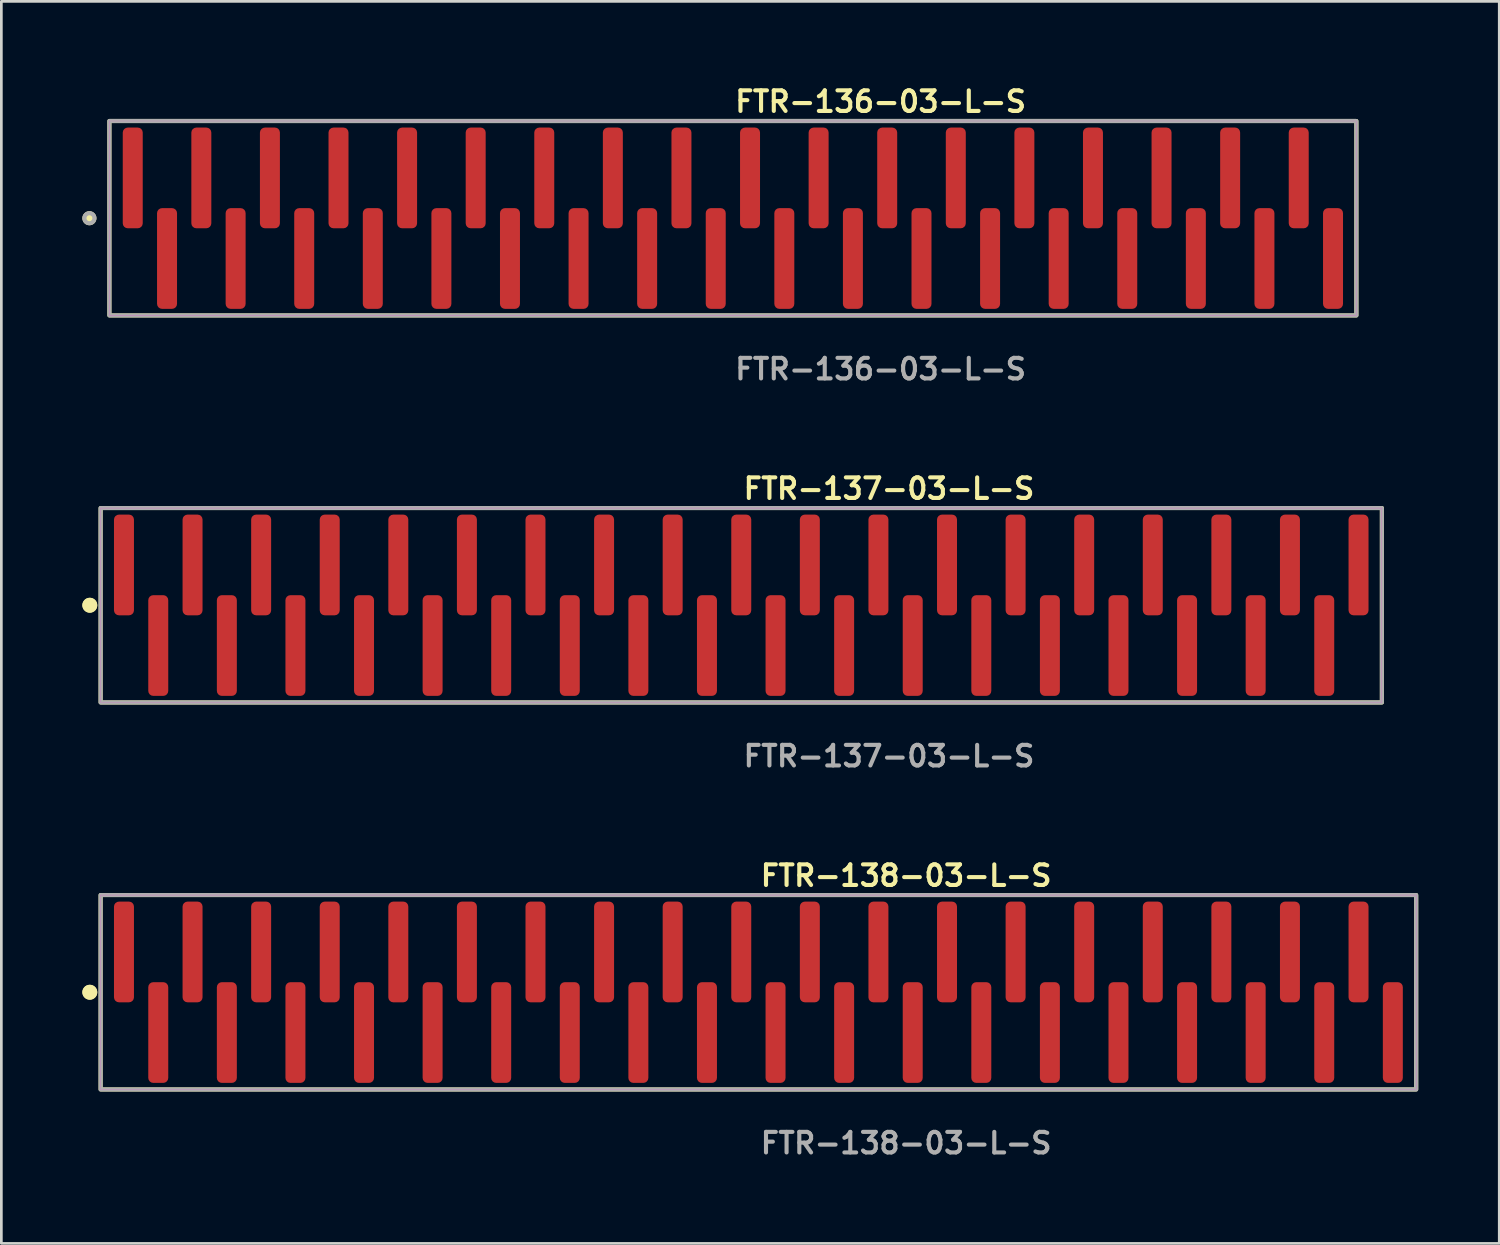
<source format=kicad_pcb>
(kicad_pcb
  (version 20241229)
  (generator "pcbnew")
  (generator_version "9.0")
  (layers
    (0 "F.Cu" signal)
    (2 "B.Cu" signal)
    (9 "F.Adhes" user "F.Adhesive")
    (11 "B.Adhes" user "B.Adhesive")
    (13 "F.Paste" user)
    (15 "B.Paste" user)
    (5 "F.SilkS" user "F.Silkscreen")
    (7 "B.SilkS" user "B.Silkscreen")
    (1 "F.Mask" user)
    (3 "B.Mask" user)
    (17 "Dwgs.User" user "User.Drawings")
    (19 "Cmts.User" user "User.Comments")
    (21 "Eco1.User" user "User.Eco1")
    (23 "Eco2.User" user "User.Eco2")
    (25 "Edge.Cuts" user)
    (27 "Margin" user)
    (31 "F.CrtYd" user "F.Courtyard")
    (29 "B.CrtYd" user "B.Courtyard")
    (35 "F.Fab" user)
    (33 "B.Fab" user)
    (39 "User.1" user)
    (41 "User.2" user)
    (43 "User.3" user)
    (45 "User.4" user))
  (footprint "FTR-138-03-L-S"
    (layer "F.Cu")
    (at 25.036 33.696)
    (property "Reference" "FTR-138-03-L-S" (at 0 -4.318 0) (unlocked yes) (layer "F.SilkS") (effects (font (size 0.762 0.762) (thickness 0.152)) (justify left)))
    (fp_rect (start -24.36 3.6) (end 24.36 -3.6) (stroke (width 0.152) (type solid)) (fill no) (layer "F.SilkS"))
    (fp_circle (center -24.76 0) (end -24.96 0) (stroke (width 0.152) (type solid)) (fill yes) (layer "F.SilkS"))
    (fp_circle (center -24.76 0) (end -24.96 0) (stroke (width 0.152) (type solid)) (fill yes) (layer "F.SilkS"))
    (fp_rect (start -24.36 3.6) (end 24.36 -3.6) (stroke (width 0.006) (type solid)) (fill no) (layer "F.CrtYd"))
    (fp_rect (start -24.36 3.6) (end 24.36 -3.6) (stroke (width 0.152) (type solid)) (fill no) (layer "F.Fab"))
    (fp_text user "${REFERENCE}" (at 0 5.588 0) (unlocked yes) (layer "F.Fab") (effects (font (size 0.762 0.762) (thickness 0.152)) (justify left)))
    (pad "1" smd roundrect (at -23.495 -1.492) (size 0.74 3.73) (layers "F.Cu" "F.Paste") (roundrect_rratio 0.25))
    (pad "2" smd roundrect (at -22.225 1.492) (size 0.74 3.73) (layers "F.Cu" "F.Paste") (roundrect_rratio 0.25))
    (pad "3" smd roundrect (at -20.955 -1.492) (size 0.74 3.73) (layers "F.Cu" "F.Paste") (roundrect_rratio 0.25))
    (pad "4" smd roundrect (at -19.685 1.492) (size 0.74 3.73) (layers "F.Cu" "F.Paste") (roundrect_rratio 0.25))
    (pad "5" smd roundrect (at -18.415 -1.492) (size 0.74 3.73) (layers "F.Cu" "F.Paste") (roundrect_rratio 0.25))
    (pad "6" smd roundrect (at -17.145 1.492) (size 0.74 3.73) (layers "F.Cu" "F.Paste") (roundrect_rratio 0.25))
    (pad "7" smd roundrect (at -15.875 -1.492) (size 0.74 3.73) (layers "F.Cu" "F.Paste") (roundrect_rratio 0.25))
    (pad "8" smd roundrect (at -14.605 1.492) (size 0.74 3.73) (layers "F.Cu" "F.Paste") (roundrect_rratio 0.25))
    (pad "9" smd roundrect (at -13.335 -1.492) (size 0.74 3.73) (layers "F.Cu" "F.Paste") (roundrect_rratio 0.25))
    (pad "10" smd roundrect (at -12.065 1.492) (size 0.74 3.73) (layers "F.Cu" "F.Paste") (roundrect_rratio 0.25))
    (pad "11" smd roundrect (at -10.795 -1.492) (size 0.74 3.73) (layers "F.Cu" "F.Paste") (roundrect_rratio 0.25))
    (pad "12" smd roundrect (at -9.525 1.492) (size 0.74 3.73) (layers "F.Cu" "F.Paste") (roundrect_rratio 0.25))
    (pad "13" smd roundrect (at -8.255 -1.492) (size 0.74 3.73) (layers "F.Cu" "F.Paste") (roundrect_rratio 0.25))
    (pad "14" smd roundrect (at -6.985 1.492) (size 0.74 3.73) (layers "F.Cu" "F.Paste") (roundrect_rratio 0.25))
    (pad "15" smd roundrect (at -5.715 -1.492) (size 0.74 3.73) (layers "F.Cu" "F.Paste") (roundrect_rratio 0.25))
    (pad "16" smd roundrect (at -4.445 1.492) (size 0.74 3.73) (layers "F.Cu" "F.Paste") (roundrect_rratio 0.25))
    (pad "17" smd roundrect (at -3.175 -1.492) (size 0.74 3.73) (layers "F.Cu" "F.Paste") (roundrect_rratio 0.25))
    (pad "18" smd roundrect (at -1.905 1.492) (size 0.74 3.73) (layers "F.Cu" "F.Paste") (roundrect_rratio 0.25))
    (pad "19" smd roundrect (at -0.635 -1.492) (size 0.74 3.73) (layers "F.Cu" "F.Paste") (roundrect_rratio 0.25))
    (pad "20" smd roundrect (at 0.635 1.492) (size 0.74 3.73) (layers "F.Cu" "F.Paste") (roundrect_rratio 0.25))
    (pad "21" smd roundrect (at 1.905 -1.492) (size 0.74 3.73) (layers "F.Cu" "F.Paste") (roundrect_rratio 0.25))
    (pad "22" smd roundrect (at 3.175 1.492) (size 0.74 3.73) (layers "F.Cu" "F.Paste") (roundrect_rratio 0.25))
    (pad "23" smd roundrect (at 4.445 -1.492) (size 0.74 3.73) (layers "F.Cu" "F.Paste") (roundrect_rratio 0.25))
    (pad "24" smd roundrect (at 5.715 1.492) (size 0.74 3.73) (layers "F.Cu" "F.Paste") (roundrect_rratio 0.25))
    (pad "25" smd roundrect (at 6.985 -1.492) (size 0.74 3.73) (layers "F.Cu" "F.Paste") (roundrect_rratio 0.25))
    (pad "26" smd roundrect (at 8.255 1.492) (size 0.74 3.73) (layers "F.Cu" "F.Paste") (roundrect_rratio 0.25))
    (pad "27" smd roundrect (at 9.525 -1.492) (size 0.74 3.73) (layers "F.Cu" "F.Paste") (roundrect_rratio 0.25))
    (pad "28" smd roundrect (at 10.795 1.492) (size 0.74 3.73) (layers "F.Cu" "F.Paste") (roundrect_rratio 0.25))
    (pad "29" smd roundrect (at 12.065 -1.492) (size 0.74 3.73) (layers "F.Cu" "F.Paste") (roundrect_rratio 0.25))
    (pad "30" smd roundrect (at 13.335 1.492) (size 0.74 3.73) (layers "F.Cu" "F.Paste") (roundrect_rratio 0.25))
    (pad "31" smd roundrect (at 14.605 -1.492) (size 0.74 3.73) (layers "F.Cu" "F.Paste") (roundrect_rratio 0.25))
    (pad "32" smd roundrect (at 15.875 1.492) (size 0.74 3.73) (layers "F.Cu" "F.Paste") (roundrect_rratio 0.25))
    (pad "33" smd roundrect (at 17.145 -1.492) (size 0.74 3.73) (layers "F.Cu" "F.Paste") (roundrect_rratio 0.25))
    (pad "34" smd roundrect (at 18.415 1.492) (size 0.74 3.73) (layers "F.Cu" "F.Paste") (roundrect_rratio 0.25))
    (pad "35" smd roundrect (at 19.685 -1.492) (size 0.74 3.73) (layers "F.Cu" "F.Paste") (roundrect_rratio 0.25))
    (pad "36" smd roundrect (at 20.955 1.492) (size 0.74 3.73) (layers "F.Cu" "F.Paste") (roundrect_rratio 0.25))
    (pad "37" smd roundrect (at 22.225 -1.492) (size 0.74 3.73) (layers "F.Cu" "F.Paste") (roundrect_rratio 0.25))
    (pad "38" smd roundrect (at 23.495 1.492) (size 0.74 3.73) (layers "F.Cu" "F.Paste") (roundrect_rratio 0.25)))
  (footprint "FTR-136-03-L-S"
    (layer "F.Cu")
    (at 24.091 5.031)
    (property "Reference" "FTR-136-03-L-S" (at 0 -4.318 0) (unlocked yes) (layer "F.SilkS") (effects (font (size 0.762 0.762) (thickness 0.152)) (justify left)))
    (fp_rect (start -23.09 3.6) (end 23.09 -3.6) (stroke (width 0.152) (type solid)) (fill no) (layer "F.SilkS"))
    (fp_circle (center -23.83 0) (end -24.015 0) (stroke (width 0.152) (type solid)) (fill yes) (layer "F.SilkS"))
    (fp_rect (start -23.09 3.6) (end 23.09 -3.6) (stroke (width 0.006) (type solid)) (fill no) (layer "F.CrtYd"))
    (fp_rect (start -23.09 3.6) (end 23.09 -3.6) (stroke (width 0.152) (type solid)) (fill no) (layer "F.Fab"))
    (fp_circle (center -23.83 0) (end -24.015 0) (stroke (width 0.152) (type solid)) (fill no) (layer "F.Fab"))
    (fp_text user "${REFERENCE}" (at 0 5.588 0) (unlocked yes) (layer "F.Fab") (effects (font (size 0.762 0.762) (thickness 0.152)) (justify left)))
    (pad "1" smd roundrect (at -22.225 -1.492) (size 0.74 3.73) (layers "F.Cu" "F.Paste") (roundrect_rratio 0.25))
    (pad "2" smd roundrect (at -20.955 1.492) (size 0.74 3.73) (layers "F.Cu" "F.Paste") (roundrect_rratio 0.25))
    (pad "3" smd roundrect (at -19.685 -1.492) (size 0.74 3.73) (layers "F.Cu" "F.Paste") (roundrect_rratio 0.25))
    (pad "4" smd roundrect (at -18.415 1.492) (size 0.74 3.73) (layers "F.Cu" "F.Paste") (roundrect_rratio 0.25))
    (pad "5" smd roundrect (at -17.145 -1.492) (size 0.74 3.73) (layers "F.Cu" "F.Paste") (roundrect_rratio 0.25))
    (pad "6" smd roundrect (at -15.875 1.492) (size 0.74 3.73) (layers "F.Cu" "F.Paste") (roundrect_rratio 0.25))
    (pad "7" smd roundrect (at -14.605 -1.492) (size 0.74 3.73) (layers "F.Cu" "F.Paste") (roundrect_rratio 0.25))
    (pad "8" smd roundrect (at -13.335 1.492) (size 0.74 3.73) (layers "F.Cu" "F.Paste") (roundrect_rratio 0.25))
    (pad "9" smd roundrect (at -12.065 -1.492) (size 0.74 3.73) (layers "F.Cu" "F.Paste") (roundrect_rratio 0.25))
    (pad "10" smd roundrect (at -10.795 1.492) (size 0.74 3.73) (layers "F.Cu" "F.Paste") (roundrect_rratio 0.25))
    (pad "11" smd roundrect (at -9.525 -1.492) (size 0.74 3.73) (layers "F.Cu" "F.Paste") (roundrect_rratio 0.25))
    (pad "12" smd roundrect (at -8.255 1.492) (size 0.74 3.73) (layers "F.Cu" "F.Paste") (roundrect_rratio 0.25))
    (pad "13" smd roundrect (at -6.985 -1.492) (size 0.74 3.73) (layers "F.Cu" "F.Paste") (roundrect_rratio 0.25))
    (pad "14" smd roundrect (at -5.715 1.492) (size 0.74 3.73) (layers "F.Cu" "F.Paste") (roundrect_rratio 0.25))
    (pad "15" smd roundrect (at -4.445 -1.492) (size 0.74 3.73) (layers "F.Cu" "F.Paste") (roundrect_rratio 0.25))
    (pad "16" smd roundrect (at -3.175 1.492) (size 0.74 3.73) (layers "F.Cu" "F.Paste") (roundrect_rratio 0.25))
    (pad "17" smd roundrect (at -1.905 -1.492) (size 0.74 3.73) (layers "F.Cu" "F.Paste") (roundrect_rratio 0.25))
    (pad "18" smd roundrect (at -0.635 1.492) (size 0.74 3.73) (layers "F.Cu" "F.Paste") (roundrect_rratio 0.25))
    (pad "19" smd roundrect (at 0.635 -1.492) (size 0.74 3.73) (layers "F.Cu" "F.Paste") (roundrect_rratio 0.25))
    (pad "20" smd roundrect (at 1.905 1.492) (size 0.74 3.73) (layers "F.Cu" "F.Paste") (roundrect_rratio 0.25))
    (pad "21" smd roundrect (at 3.175 -1.492) (size 0.74 3.73) (layers "F.Cu" "F.Paste") (roundrect_rratio 0.25))
    (pad "22" smd roundrect (at 4.445 1.492) (size 0.74 3.73) (layers "F.Cu" "F.Paste") (roundrect_rratio 0.25))
    (pad "23" smd roundrect (at 5.715 -1.492) (size 0.74 3.73) (layers "F.Cu" "F.Paste") (roundrect_rratio 0.25))
    (pad "24" smd roundrect (at 6.985 1.492) (size 0.74 3.73) (layers "F.Cu" "F.Paste") (roundrect_rratio 0.25))
    (pad "25" smd roundrect (at 8.255 -1.492) (size 0.74 3.73) (layers "F.Cu" "F.Paste") (roundrect_rratio 0.25))
    (pad "26" smd roundrect (at 9.525 1.492) (size 0.74 3.73) (layers "F.Cu" "F.Paste") (roundrect_rratio 0.25))
    (pad "27" smd roundrect (at 10.795 -1.492) (size 0.74 3.73) (layers "F.Cu" "F.Paste") (roundrect_rratio 0.25))
    (pad "28" smd roundrect (at 12.065 1.492) (size 0.74 3.73) (layers "F.Cu" "F.Paste") (roundrect_rratio 0.25))
    (pad "29" smd roundrect (at 13.335 -1.492) (size 0.74 3.73) (layers "F.Cu" "F.Paste") (roundrect_rratio 0.25))
    (pad "30" smd roundrect (at 14.605 1.492) (size 0.74 3.73) (layers "F.Cu" "F.Paste") (roundrect_rratio 0.25))
    (pad "31" smd roundrect (at 15.875 -1.492) (size 0.74 3.73) (layers "F.Cu" "F.Paste") (roundrect_rratio 0.25))
    (pad "32" smd roundrect (at 17.145 1.492) (size 0.74 3.73) (layers "F.Cu" "F.Paste") (roundrect_rratio 0.25))
    (pad "33" smd roundrect (at 18.415 -1.492) (size 0.74 3.73) (layers "F.Cu" "F.Paste") (roundrect_rratio 0.25))
    (pad "34" smd roundrect (at 19.685 1.492) (size 0.74 3.73) (layers "F.Cu" "F.Paste") (roundrect_rratio 0.25))
    (pad "35" smd roundrect (at 20.955 -1.492) (size 0.74 3.73) (layers "F.Cu" "F.Paste") (roundrect_rratio 0.25))
    (pad "36" smd roundrect (at 22.225 1.492) (size 0.74 3.73) (layers "F.Cu" "F.Paste") (roundrect_rratio 0.25)))
  (footprint "FTR-137-03-L-S"
    (layer "F.Cu")
    (at 24.401 19.364)
    (property "Reference" "FTR-137-03-L-S" (at 0 -4.318 0) (unlocked yes) (layer "F.SilkS") (effects (font (size 0.762 0.762) (thickness 0.152)) (justify left)))
    (fp_rect (start -23.725 3.6) (end 23.725 -3.6) (stroke (width 0.152) (type solid)) (fill no) (layer "F.SilkS"))
    (fp_circle (center -24.125 0) (end -24.325 0) (stroke (width 0.152) (type solid)) (fill yes) (layer "F.SilkS"))
    (fp_circle (center -24.125 0) (end -24.325 0) (stroke (width 0.152) (type solid)) (fill yes) (layer "F.SilkS"))
    (fp_rect (start -23.725 3.6) (end 23.725 -3.6) (stroke (width 0.006) (type solid)) (fill no) (layer "F.CrtYd"))
    (fp_rect (start -23.725 3.6) (end 23.725 -3.6) (stroke (width 0.152) (type solid)) (fill no) (layer "F.Fab"))
    (fp_text user "${REFERENCE}" (at 0 5.588 0) (unlocked yes) (layer "F.Fab") (effects (font (size 0.762 0.762) (thickness 0.152)) (justify left)))
    (pad "1" smd roundrect (at -22.86 -1.492) (size 0.74 3.73) (layers "F.Cu" "F.Paste") (roundrect_rratio 0.25))
    (pad "2" smd roundrect (at -21.59 1.492) (size 0.74 3.73) (layers "F.Cu" "F.Paste") (roundrect_rratio 0.25))
    (pad "3" smd roundrect (at -20.32 -1.492) (size 0.74 3.73) (layers "F.Cu" "F.Paste") (roundrect_rratio 0.25))
    (pad "4" smd roundrect (at -19.05 1.492) (size 0.74 3.73) (layers "F.Cu" "F.Paste") (roundrect_rratio 0.25))
    (pad "5" smd roundrect (at -17.78 -1.492) (size 0.74 3.73) (layers "F.Cu" "F.Paste") (roundrect_rratio 0.25))
    (pad "6" smd roundrect (at -16.51 1.492) (size 0.74 3.73) (layers "F.Cu" "F.Paste") (roundrect_rratio 0.25))
    (pad "7" smd roundrect (at -15.24 -1.492) (size 0.74 3.73) (layers "F.Cu" "F.Paste") (roundrect_rratio 0.25))
    (pad "8" smd roundrect (at -13.97 1.492) (size 0.74 3.73) (layers "F.Cu" "F.Paste") (roundrect_rratio 0.25))
    (pad "9" smd roundrect (at -12.7 -1.492) (size 0.74 3.73) (layers "F.Cu" "F.Paste") (roundrect_rratio 0.25))
    (pad "10" smd roundrect (at -11.43 1.492) (size 0.74 3.73) (layers "F.Cu" "F.Paste") (roundrect_rratio 0.25))
    (pad "11" smd roundrect (at -10.16 -1.492) (size 0.74 3.73) (layers "F.Cu" "F.Paste") (roundrect_rratio 0.25))
    (pad "12" smd roundrect (at -8.89 1.492) (size 0.74 3.73) (layers "F.Cu" "F.Paste") (roundrect_rratio 0.25))
    (pad "13" smd roundrect (at -7.62 -1.492) (size 0.74 3.73) (layers "F.Cu" "F.Paste") (roundrect_rratio 0.25))
    (pad "14" smd roundrect (at -6.35 1.492) (size 0.74 3.73) (layers "F.Cu" "F.Paste") (roundrect_rratio 0.25))
    (pad "15" smd roundrect (at -5.08 -1.492) (size 0.74 3.73) (layers "F.Cu" "F.Paste") (roundrect_rratio 0.25))
    (pad "16" smd roundrect (at -3.81 1.492) (size 0.74 3.73) (layers "F.Cu" "F.Paste") (roundrect_rratio 0.25))
    (pad "17" smd roundrect (at -2.54 -1.492) (size 0.74 3.73) (layers "F.Cu" "F.Paste") (roundrect_rratio 0.25))
    (pad "18" smd roundrect (at -1.27 1.492) (size 0.74 3.73) (layers "F.Cu" "F.Paste") (roundrect_rratio 0.25))
    (pad "19" smd roundrect (at 0 -1.492) (size 0.74 3.73) (layers "F.Cu" "F.Paste") (roundrect_rratio 0.25))
    (pad "20" smd roundrect (at 1.27 1.492) (size 0.74 3.73) (layers "F.Cu" "F.Paste") (roundrect_rratio 0.25))
    (pad "21" smd roundrect (at 2.54 -1.492) (size 0.74 3.73) (layers "F.Cu" "F.Paste") (roundrect_rratio 0.25))
    (pad "22" smd roundrect (at 3.81 1.492) (size 0.74 3.73) (layers "F.Cu" "F.Paste") (roundrect_rratio 0.25))
    (pad "23" smd roundrect (at 5.08 -1.492) (size 0.74 3.73) (layers "F.Cu" "F.Paste") (roundrect_rratio 0.25))
    (pad "24" smd roundrect (at 6.35 1.492) (size 0.74 3.73) (layers "F.Cu" "F.Paste") (roundrect_rratio 0.25))
    (pad "25" smd roundrect (at 7.62 -1.492) (size 0.74 3.73) (layers "F.Cu" "F.Paste") (roundrect_rratio 0.25))
    (pad "26" smd roundrect (at 8.89 1.492) (size 0.74 3.73) (layers "F.Cu" "F.Paste") (roundrect_rratio 0.25))
    (pad "27" smd roundrect (at 10.16 -1.492) (size 0.74 3.73) (layers "F.Cu" "F.Paste") (roundrect_rratio 0.25))
    (pad "28" smd roundrect (at 11.43 1.492) (size 0.74 3.73) (layers "F.Cu" "F.Paste") (roundrect_rratio 0.25))
    (pad "29" smd roundrect (at 12.7 -1.492) (size 0.74 3.73) (layers "F.Cu" "F.Paste") (roundrect_rratio 0.25))
    (pad "30" smd roundrect (at 13.97 1.492) (size 0.74 3.73) (layers "F.Cu" "F.Paste") (roundrect_rratio 0.25))
    (pad "31" smd roundrect (at 15.24 -1.492) (size 0.74 3.73) (layers "F.Cu" "F.Paste") (roundrect_rratio 0.25))
    (pad "32" smd roundrect (at 16.51 1.492) (size 0.74 3.73) (layers "F.Cu" "F.Paste") (roundrect_rratio 0.25))
    (pad "33" smd roundrect (at 17.78 -1.492) (size 0.74 3.73) (layers "F.Cu" "F.Paste") (roundrect_rratio 0.25))
    (pad "34" smd roundrect (at 19.05 1.492) (size 0.74 3.73) (layers "F.Cu" "F.Paste") (roundrect_rratio 0.25))
    (pad "35" smd roundrect (at 20.32 -1.492) (size 0.74 3.73) (layers "F.Cu" "F.Paste") (roundrect_rratio 0.25))
    (pad "36" smd roundrect (at 21.59 1.492) (size 0.74 3.73) (layers "F.Cu" "F.Paste") (roundrect_rratio 0.25))
    (pad "37" smd roundrect (at 22.86 -1.492) (size 0.74 3.73) (layers "F.Cu" "F.Paste") (roundrect_rratio 0.25)))
  (gr_rect
    (start -3 -3)
    (end 52.472 42.997)
    (stroke (width 0.1) (type default))
    (fill no)
    (layer "Edge.Cuts")))
</source>
